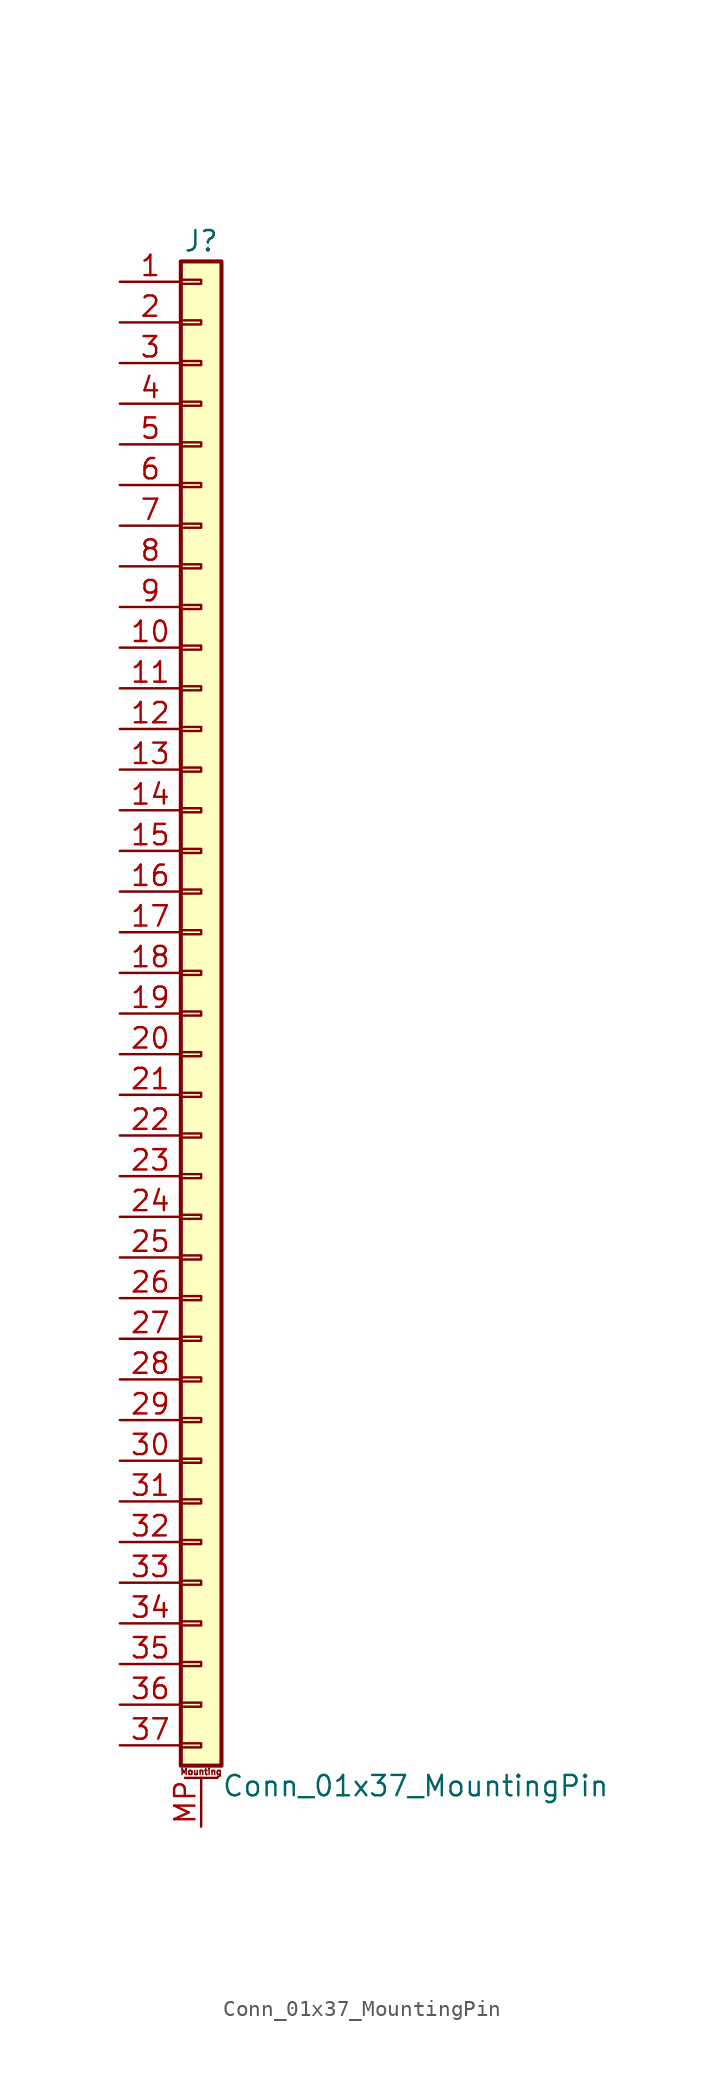
<source format=kicad_sym>
(kicad_symbol_lib
  (version 20220914)
  (generator kicad_symbol_editor)
  (symbol "Conn_01x37_MountingPin"
    (pin_names
      (offset 1.016) hide)
    (property "Reference" "J"
      (at 0 48.26 0)
      (effects (font (size 1.27 1.27))))
    (property "Value" "Conn_01x37_MountingPin"
      (at 1.27 -48.26 0)
      (effects (font (size 1.27 1.27)) (justify left)))
    (symbol "Conn_01x37_MountingPin_1_1"
      (rectangle (start -1.27 -45.593) (end 0 -45.847) (stroke (width 0.152) (type default)) (fill (type none)))
      (rectangle (start -1.27 -43.053) (end 0 -43.307) (stroke (width 0.152) (type default)) (fill (type none)))
      (rectangle (start -1.27 -40.513) (end 0 -40.767) (stroke (width 0.152) (type default)) (fill (type none)))
      (rectangle (start -1.27 -37.973) (end 0 -38.227) (stroke (width 0.152) (type default)) (fill (type none)))
      (rectangle (start -1.27 -35.433) (end 0 -35.687) (stroke (width 0.152) (type default)) (fill (type none)))
      (rectangle (start -1.27 -32.893) (end 0 -33.147) (stroke (width 0.152) (type default)) (fill (type none)))
      (rectangle (start -1.27 -30.353) (end 0 -30.607) (stroke (width 0.152) (type default)) (fill (type none)))
      (rectangle (start -1.27 -27.813) (end 0 -28.067) (stroke (width 0.152) (type default)) (fill (type none)))
      (rectangle (start -1.27 -25.273) (end 0 -25.527) (stroke (width 0.152) (type default)) (fill (type none)))
      (rectangle (start -1.27 -22.733) (end 0 -22.987) (stroke (width 0.152) (type default)) (fill (type none)))
      (rectangle (start -1.27 -20.193) (end 0 -20.447) (stroke (width 0.152) (type default)) (fill (type none)))
      (rectangle (start -1.27 -17.653) (end 0 -17.907) (stroke (width 0.152) (type default)) (fill (type none)))
      (rectangle (start -1.27 -15.113) (end 0 -15.367) (stroke (width 0.152) (type default)) (fill (type none)))
      (rectangle (start -1.27 -12.573) (end 0 -12.827) (stroke (width 0.152) (type default)) (fill (type none)))
      (rectangle (start -1.27 -10.033) (end 0 -10.287) (stroke (width 0.152) (type default)) (fill (type none)))
      (rectangle (start -1.27 -7.493) (end 0 -7.747) (stroke (width 0.152) (type default)) (fill (type none)))
      (rectangle (start -1.27 -4.953) (end 0 -5.207) (stroke (width 0.152) (type default)) (fill (type none)))
      (rectangle (start -1.27 -2.413) (end 0 -2.667) (stroke (width 0.152) (type default)) (fill (type none)))
      (rectangle (start -1.27 0.127) (end 0 -0.127) (stroke (width 0.152) (type default)) (fill (type none)))
      (rectangle (start -1.27 2.667) (end 0 2.413) (stroke (width 0.152) (type default)) (fill (type none)))
      (rectangle (start -1.27 5.207) (end 0 4.953) (stroke (width 0.152) (type default)) (fill (type none)))
      (rectangle (start -1.27 7.747) (end 0 7.493) (stroke (width 0.152) (type default)) (fill (type none)))
      (rectangle (start -1.27 10.287) (end 0 10.033) (stroke (width 0.152) (type default)) (fill (type none)))
      (rectangle (start -1.27 12.827) (end 0 12.573) (stroke (width 0.152) (type default)) (fill (type none)))
      (rectangle (start -1.27 15.367) (end 0 15.113) (stroke (width 0.152) (type default)) (fill (type none)))
      (rectangle (start -1.27 17.907) (end 0 17.653) (stroke (width 0.152) (type default)) (fill (type none)))
      (rectangle (start -1.27 20.447) (end 0 20.193) (stroke (width 0.152) (type default)) (fill (type none)))
      (rectangle (start -1.27 22.987) (end 0 22.733) (stroke (width 0.152) (type default)) (fill (type none)))
      (rectangle (start -1.27 25.527) (end 0 25.273) (stroke (width 0.152) (type default)) (fill (type none)))
      (rectangle (start -1.27 28.067) (end 0 27.813) (stroke (width 0.152) (type default)) (fill (type none)))
      (rectangle (start -1.27 30.607) (end 0 30.353) (stroke (width 0.152) (type default)) (fill (type none)))
      (rectangle (start -1.27 33.147) (end 0 32.893) (stroke (width 0.152) (type default)) (fill (type none)))
      (rectangle (start -1.27 35.687) (end 0 35.433) (stroke (width 0.152) (type default)) (fill (type none)))
      (rectangle (start -1.27 38.227) (end 0 37.973) (stroke (width 0.152) (type default)) (fill (type none)))
      (rectangle (start -1.27 40.767) (end 0 40.513) (stroke (width 0.152) (type default)) (fill (type none)))
      (rectangle (start -1.27 43.307) (end 0 43.053) (stroke (width 0.152) (type default)) (fill (type none)))
      (rectangle (start -1.27 45.847) (end 0 45.593) (stroke (width 0.152) (type default)) (fill (type none)))
      (rectangle (start -1.27 46.99) (end 1.27 -46.99) (stroke (width 0.254) (type default)) (fill (type background)))
      (polyline (pts (xy -1.016 -47.752) (xy 1.016 -47.752)) (stroke (width 0.152) (type default)) (fill (type none)))
      (text "Mounting" (at 0 -47.371 0) (effects (font (size 0.381 0.381))))
      (pin passive line (at -5.08 45.72 0) (length 3.81) (name "Pin_1" (effects (font (size 1.27 1.27)))) (number "1" (effects (font (size 1.27 1.27)))))
      (pin passive line (at -5.08 22.86 0) (length 3.81) (name "Pin_10" (effects (font (size 1.27 1.27)))) (number "10" (effects (font (size 1.27 1.27)))))
      (pin passive line (at -5.08 20.32 0) (length 3.81) (name "Pin_11" (effects (font (size 1.27 1.27)))) (number "11" (effects (font (size 1.27 1.27)))))
      (pin passive line (at -5.08 17.78 0) (length 3.81) (name "Pin_12" (effects (font (size 1.27 1.27)))) (number "12" (effects (font (size 1.27 1.27)))))
      (pin passive line (at -5.08 15.24 0) (length 3.81) (name "Pin_13" (effects (font (size 1.27 1.27)))) (number "13" (effects (font (size 1.27 1.27)))))
      (pin passive line (at -5.08 12.7 0) (length 3.81) (name "Pin_14" (effects (font (size 1.27 1.27)))) (number "14" (effects (font (size 1.27 1.27)))))
      (pin passive line (at -5.08 10.16 0) (length 3.81) (name "Pin_15" (effects (font (size 1.27 1.27)))) (number "15" (effects (font (size 1.27 1.27)))))
      (pin passive line (at -5.08 7.62 0) (length 3.81) (name "Pin_16" (effects (font (size 1.27 1.27)))) (number "16" (effects (font (size 1.27 1.27)))))
      (pin passive line (at -5.08 5.08 0) (length 3.81) (name "Pin_17" (effects (font (size 1.27 1.27)))) (number "17" (effects (font (size 1.27 1.27)))))
      (pin passive line (at -5.08 2.54 0) (length 3.81) (name "Pin_18" (effects (font (size 1.27 1.27)))) (number "18" (effects (font (size 1.27 1.27)))))
      (pin passive line (at -5.08 0 0) (length 3.81) (name "Pin_19" (effects (font (size 1.27 1.27)))) (number "19" (effects (font (size 1.27 1.27)))))
      (pin passive line (at -5.08 43.18 0) (length 3.81) (name "Pin_2" (effects (font (size 1.27 1.27)))) (number "2" (effects (font (size 1.27 1.27)))))
      (pin passive line (at -5.08 -2.54 0) (length 3.81) (name "Pin_20" (effects (font (size 1.27 1.27)))) (number "20" (effects (font (size 1.27 1.27)))))
      (pin passive line (at -5.08 -5.08 0) (length 3.81) (name "Pin_21" (effects (font (size 1.27 1.27)))) (number "21" (effects (font (size 1.27 1.27)))))
      (pin passive line (at -5.08 -7.62 0) (length 3.81) (name "Pin_22" (effects (font (size 1.27 1.27)))) (number "22" (effects (font (size 1.27 1.27)))))
      (pin passive line (at -5.08 -10.16 0) (length 3.81) (name "Pin_23" (effects (font (size 1.27 1.27)))) (number "23" (effects (font (size 1.27 1.27)))))
      (pin passive line (at -5.08 -12.7 0) (length 3.81) (name "Pin_24" (effects (font (size 1.27 1.27)))) (number "24" (effects (font (size 1.27 1.27)))))
      (pin passive line (at -5.08 -15.24 0) (length 3.81) (name "Pin_25" (effects (font (size 1.27 1.27)))) (number "25" (effects (font (size 1.27 1.27)))))
      (pin passive line (at -5.08 -17.78 0) (length 3.81) (name "Pin_26" (effects (font (size 1.27 1.27)))) (number "26" (effects (font (size 1.27 1.27)))))
      (pin passive line (at -5.08 -20.32 0) (length 3.81) (name "Pin_27" (effects (font (size 1.27 1.27)))) (number "27" (effects (font (size 1.27 1.27)))))
      (pin passive line (at -5.08 -22.86 0) (length 3.81) (name "Pin_28" (effects (font (size 1.27 1.27)))) (number "28" (effects (font (size 1.27 1.27)))))
      (pin passive line (at -5.08 -25.4 0) (length 3.81) (name "Pin_29" (effects (font (size 1.27 1.27)))) (number "29" (effects (font (size 1.27 1.27)))))
      (pin passive line (at -5.08 40.64 0) (length 3.81) (name "Pin_3" (effects (font (size 1.27 1.27)))) (number "3" (effects (font (size 1.27 1.27)))))
      (pin passive line (at -5.08 -27.94 0) (length 3.81) (name "Pin_30" (effects (font (size 1.27 1.27)))) (number "30" (effects (font (size 1.27 1.27)))))
      (pin passive line (at -5.08 -30.48 0) (length 3.81) (name "Pin_31" (effects (font (size 1.27 1.27)))) (number "31" (effects (font (size 1.27 1.27)))))
      (pin passive line (at -5.08 -33.02 0) (length 3.81) (name "Pin_32" (effects (font (size 1.27 1.27)))) (number "32" (effects (font (size 1.27 1.27)))))
      (pin passive line (at -5.08 -35.56 0) (length 3.81) (name "Pin_33" (effects (font (size 1.27 1.27)))) (number "33" (effects (font (size 1.27 1.27)))))
      (pin passive line (at -5.08 -38.1 0) (length 3.81) (name "Pin_34" (effects (font (size 1.27 1.27)))) (number "34" (effects (font (size 1.27 1.27)))))
      (pin passive line (at -5.08 -40.64 0) (length 3.81) (name "Pin_35" (effects (font (size 1.27 1.27)))) (number "35" (effects (font (size 1.27 1.27)))))
      (pin passive line (at -5.08 -43.18 0) (length 3.81) (name "Pin_36" (effects (font (size 1.27 1.27)))) (number "36" (effects (font (size 1.27 1.27)))))
      (pin passive line (at -5.08 -45.72 0) (length 3.81) (name "Pin_37" (effects (font (size 1.27 1.27)))) (number "37" (effects (font (size 1.27 1.27)))))
      (pin passive line (at -5.08 38.1 0) (length 3.81) (name "Pin_4" (effects (font (size 1.27 1.27)))) (number "4" (effects (font (size 1.27 1.27)))))
      (pin passive line (at -5.08 35.56 0) (length 3.81) (name "Pin_5" (effects (font (size 1.27 1.27)))) (number "5" (effects (font (size 1.27 1.27)))))
      (pin passive line (at -5.08 33.02 0) (length 3.81) (name "Pin_6" (effects (font (size 1.27 1.27)))) (number "6" (effects (font (size 1.27 1.27)))))
      (pin passive line (at -5.08 30.48 0) (length 3.81) (name "Pin_7" (effects (font (size 1.27 1.27)))) (number "7" (effects (font (size 1.27 1.27)))))
      (pin passive line (at -5.08 27.94 0) (length 3.81) (name "Pin_8" (effects (font (size 1.27 1.27)))) (number "8" (effects (font (size 1.27 1.27)))))
      (pin passive line (at -5.08 25.4 0) (length 3.81) (name "Pin_9" (effects (font (size 1.27 1.27)))) (number "9" (effects (font (size 1.27 1.27)))))
      (pin passive line (at 0 -50.8 90) (length 3.048) (name "MountPin" (effects (font (size 1.27 1.27)))) (number "MP" (effects (font (size 1.27 1.27))))))))
</source>
